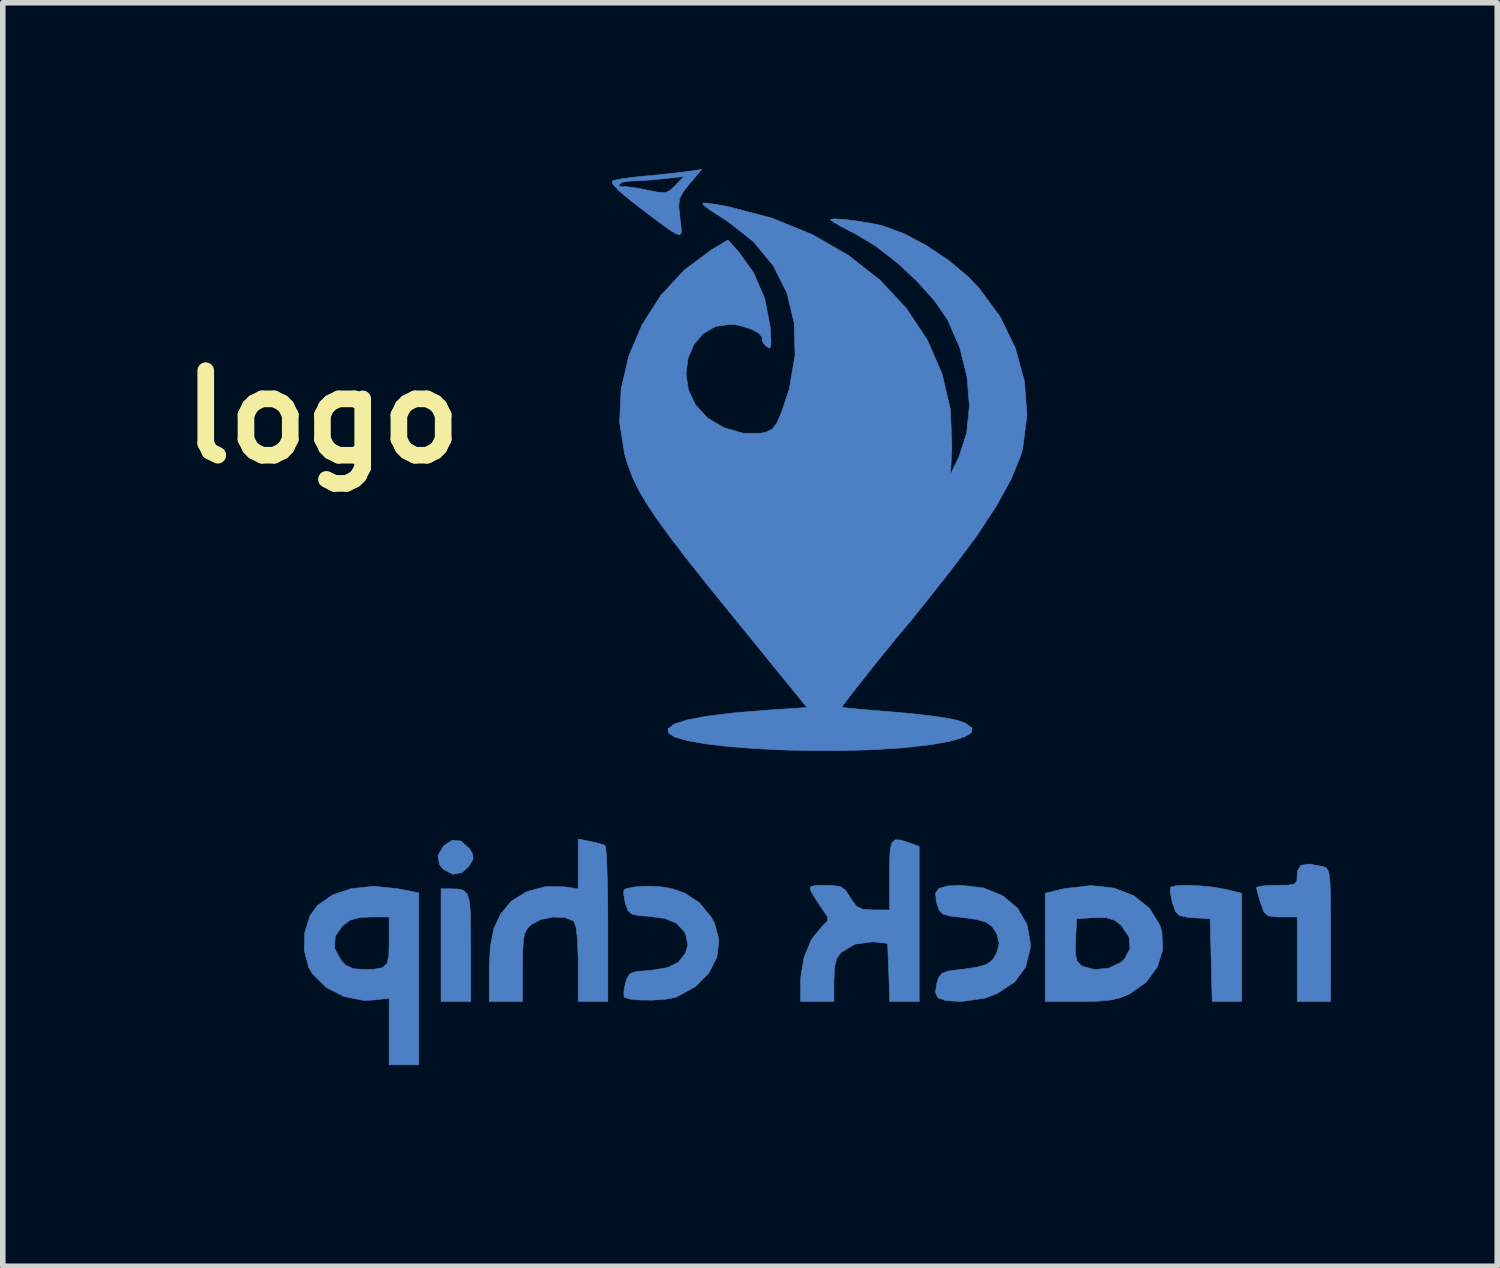
<source format=kicad_pcb>
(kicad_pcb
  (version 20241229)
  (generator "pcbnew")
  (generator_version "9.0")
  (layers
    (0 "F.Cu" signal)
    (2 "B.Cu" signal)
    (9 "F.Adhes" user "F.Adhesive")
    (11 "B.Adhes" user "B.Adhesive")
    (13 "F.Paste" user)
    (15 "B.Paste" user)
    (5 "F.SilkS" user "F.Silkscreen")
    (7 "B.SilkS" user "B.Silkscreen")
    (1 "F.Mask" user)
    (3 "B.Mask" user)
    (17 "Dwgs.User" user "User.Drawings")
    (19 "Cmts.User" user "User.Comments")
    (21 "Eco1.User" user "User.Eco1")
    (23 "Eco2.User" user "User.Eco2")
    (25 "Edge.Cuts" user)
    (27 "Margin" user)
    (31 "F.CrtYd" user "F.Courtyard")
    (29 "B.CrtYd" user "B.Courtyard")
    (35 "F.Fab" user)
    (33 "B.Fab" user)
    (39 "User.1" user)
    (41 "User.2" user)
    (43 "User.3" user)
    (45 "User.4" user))
  (footprint "logo"
    (layer "F.Cu")
    (at 5.94 16.535)
    (property "Reference" "logo" (at -3.175 -12.065 0) (layer "F.SilkS") (effects (font (size 1.524 1.524) (thickness 0.3))))
    (attr through_hole)
    (fp_poly (pts (xy -1.036 -1.524) (xy -0.501 -1.524) (xy -0.501 -2.501) (xy -0.502 -2.889) (xy -0.51 -3.168) (xy -0.53 -3.356) (xy -0.569 -3.47) (xy -0.634 -3.53) (xy -0.73 -3.552) (xy -0.864 -3.556) (xy -1.036 -3.556) (xy -1.036 -1.524)) (stroke (width 0.01) (type solid)) (fill yes) (layer "B.Cu"))
    (fp_poly (pts (xy -0.992 -4.329) (xy -1.093 -4.155) (xy -1.062 -3.988) (xy -0.998 -3.91) (xy -0.828 -3.818) (xy -0.657 -3.848) (xy -0.529 -3.969) (xy -0.458 -4.093) (xy -0.469 -4.191) (xy -0.529 -4.286) (xy -0.677 -4.419) (xy -0.842 -4.429) (xy -0.992 -4.329)) (stroke (width 0.01) (type solid)) (fill yes) (layer "B.Cu"))
    (fp_poly (pts (xy 12.219 -3.612) (xy 12.12 -3.587) (xy 12.119 -3.586) (xy 12.113 -3.51) (xy 12.14 -3.36) (xy 12.154 -3.304) (xy 12.207 -3.15) (xy 12.278 -3.074) (xy 12.415 -3.044) (xy 12.529 -3.035) (xy 12.834 -3.016) (xy 12.853 -2.27) (xy 12.871 -1.524) (xy 13.402 -1.524) (xy 13.402 -3.477) (xy 13.105 -3.548) (xy 12.892 -3.586) (xy 12.647 -3.61) (xy 12.409 -3.619) (xy 12.219 -3.612)) (stroke (width 0.01) (type solid)) (fill yes) (layer "B.Cu"))
    (fp_poly (pts (xy 14.472 -3.98) (xy 14.411 -3.883) (xy 14.404 -3.81) (xy 14.398 -3.701) (xy 14.358 -3.644) (xy 14.25 -3.623) (xy 14.042 -3.62) (xy 14.037 -3.619) (xy 13.835 -3.613) (xy 13.702 -3.596) (xy 13.669 -3.579) (xy 13.687 -3.498) (xy 13.731 -3.345) (xy 13.747 -3.293) (xy 13.804 -3.14) (xy 13.879 -3.069) (xy 14.018 -3.049) (xy 14.114 -3.048) (xy 14.404 -3.048) (xy 14.404 -1.524) (xy 15.006 -1.524) (xy 15.006 -2.723) (xy 15.006 -3.141) (xy 15.003 -3.448) (xy 14.996 -3.664) (xy 14.982 -3.805) (xy 14.96 -3.889) (xy 14.928 -3.932) (xy 14.882 -3.953) (xy 14.856 -3.96) (xy 14.615 -4.004) (xy 14.472 -3.98)) (stroke (width 0.01) (type solid)) (fill yes) (layer "B.Cu"))
    (fp_poly (pts (xy -2.652 -3.561) (xy -2.996 -3.445) (xy -3.262 -3.259) (xy -3.4 -3.071) (xy -3.494 -2.767) (xy -3.502 -2.442) (xy -3.424 -2.143) (xy -3.358 -2.026) (xy -3.112 -1.78) (xy -2.79 -1.613) (xy -2.437 -1.544) (xy -2.289 -1.548) (xy -1.972 -1.582) (xy -1.972 -0.381) (xy -1.437 -0.381) (xy -1.437 -3.048) (xy -1.972 -3.048) (xy -1.972 -2.609) (xy -1.977 -2.359) (xy -2.01 -2.21) (xy -2.092 -2.134) (xy -2.247 -2.106) (xy -2.418 -2.101) (xy -2.624 -2.115) (xy -2.762 -2.185) (xy -2.836 -2.263) (xy -2.957 -2.486) (xy -2.944 -2.701) (xy -2.81 -2.892) (xy -2.671 -2.993) (xy -2.498 -3.039) (xy -2.309 -3.048) (xy -1.972 -3.048) (xy -1.437 -3.048) (xy -1.437 -3.483) (xy -1.817 -3.558) (xy -2.251 -3.602) (xy -2.652 -3.561)) (stroke (width 0.01) (type solid)) (fill yes) (layer "B.Cu"))
    (fp_poly (pts (xy 10.22 -3.563) (xy 10.156 -3.548) (xy 9.859 -3.477) (xy 9.859 -1.524) (xy 10.484 -1.524) (xy 10.806 -1.529) (xy 11.036 -1.55) (xy 11.214 -1.591) (xy 11.381 -1.661) (xy 11.399 -1.67) (xy 11.686 -1.878) (xy 11.884 -2.153) (xy 11.98 -2.466) (xy 11.979 -2.481) (xy 11.39 -2.481) (xy 11.29 -2.289) (xy 11.22 -2.227) (xy 11.001 -2.125) (xy 10.754 -2.1) (xy 10.537 -2.156) (xy 10.503 -2.177) (xy 10.436 -2.252) (xy 10.405 -2.379) (xy 10.405 -2.59) (xy 10.407 -2.637) (xy 10.427 -3.016) (xy 10.744 -3.036) (xy 10.961 -3.036) (xy 11.107 -2.991) (xy 11.229 -2.896) (xy 11.37 -2.692) (xy 11.39 -2.481) (xy 11.979 -2.481) (xy 11.963 -2.79) (xy 11.927 -2.901) (xy 11.739 -3.206) (xy 11.459 -3.431) (xy 11.102 -3.569) (xy 10.684 -3.615) (xy 10.22 -3.563)) (stroke (width 0.01) (type solid)) (fill yes) (layer "B.Cu"))
    (fp_poly (pts (xy 1.437 -3.554) (xy 1.184 -3.593) (xy 0.842 -3.594) (xy 0.513 -3.507) (xy 0.246 -3.345) (xy 0.218 -3.319) (xy 0.036 -3.098) (xy -0.082 -2.842) (xy -0.147 -2.524) (xy -0.167 -2.113) (xy -0.167 -2.098) (xy -0.167 -1.524) (xy 0.434 -1.524) (xy 0.434 -2.148) (xy 0.437 -2.44) (xy 0.449 -2.633) (xy 0.476 -2.759) (xy 0.524 -2.844) (xy 0.589 -2.91) (xy 0.76 -3.002) (xy 0.981 -3.047) (xy 1.196 -3.04) (xy 1.351 -2.977) (xy 1.357 -2.972) (xy 1.399 -2.863) (xy 1.426 -2.632) (xy 1.437 -2.286) (xy 1.437 -2.21) (xy 1.437 -1.524) (xy 1.972 -1.524) (xy 1.972 -2.917) (xy 1.97 -3.325) (xy 1.964 -3.688) (xy 1.954 -3.987) (xy 1.942 -4.206) (xy 1.928 -4.323) (xy 1.922 -4.339) (xy 1.827 -4.37) (xy 1.665 -4.409) (xy 1.654 -4.411) (xy 1.437 -4.455) (xy 1.437 -3.554)) (stroke (width 0.01) (type solid)) (fill yes) (layer "B.Cu"))
    (fp_poly (pts (xy 8.093 -3.607) (xy 7.941 -3.563) (xy 7.881 -3.474) (xy 7.896 -3.326) (xy 7.904 -3.296) (xy 7.946 -3.17) (xy 8.013 -3.101) (xy 8.143 -3.065) (xy 8.326 -3.043) (xy 8.608 -3.006) (xy 8.789 -2.956) (xy 8.902 -2.877) (xy 8.981 -2.756) (xy 8.985 -2.748) (xy 9.03 -2.571) (xy 8.988 -2.407) (xy 8.913 -2.278) (xy 8.804 -2.195) (xy 8.629 -2.142) (xy 8.354 -2.104) (xy 8.326 -2.101) (xy 8.115 -2.074) (xy 7.999 -2.034) (xy 7.938 -1.956) (xy 7.904 -1.848) (xy 7.879 -1.689) (xy 7.925 -1.591) (xy 8.061 -1.541) (xy 8.307 -1.525) (xy 8.358 -1.525) (xy 8.774 -1.584) (xy 8.992 -1.667) (xy 9.307 -1.874) (xy 9.504 -2.141) (xy 9.588 -2.473) (xy 9.592 -2.572) (xy 9.531 -2.917) (xy 9.36 -3.208) (xy 9.094 -3.431) (xy 8.749 -3.572) (xy 8.358 -3.619) (xy 8.093 -3.607)) (stroke (width 0.01) (type solid)) (fill yes) (layer "B.Cu"))
    (fp_poly (pts (xy 2.464 -3.592) (xy 2.304 -3.559) (xy 2.263 -3.537) (xy 2.257 -3.461) (xy 2.283 -3.316) (xy 2.289 -3.293) (xy 2.334 -3.165) (xy 2.403 -3.099) (xy 2.539 -3.072) (xy 2.678 -3.063) (xy 2.999 -3.022) (xy 3.215 -2.932) (xy 3.35 -2.782) (xy 3.375 -2.732) (xy 3.415 -2.545) (xy 3.372 -2.399) (xy 3.248 -2.236) (xy 3.051 -2.136) (xy 2.755 -2.086) (xy 2.678 -2.081) (xy 2.479 -2.064) (xy 2.372 -2.025) (xy 2.317 -1.94) (xy 2.289 -1.85) (xy 2.26 -1.698) (xy 2.265 -1.607) (xy 2.269 -1.602) (xy 2.372 -1.567) (xy 2.562 -1.55) (xy 2.793 -1.549) (xy 3.017 -1.565) (xy 3.189 -1.597) (xy 3.211 -1.605) (xy 3.547 -1.789) (xy 3.793 -2.035) (xy 3.939 -2.322) (xy 3.976 -2.631) (xy 3.895 -2.939) (xy 3.838 -3.042) (xy 3.623 -3.306) (xy 3.362 -3.477) (xy 3.125 -3.56) (xy 2.922 -3.594) (xy 2.686 -3.604) (xy 2.464 -3.592)) (stroke (width 0.01) (type solid)) (fill yes) (layer "B.Cu"))
    (fp_poly (pts (xy 7.092 -4.385) (xy 7.062 -4.248) (xy 7.053 -4.013) (xy 7.052 -3.81) (xy 7.052 -3.175) (xy 6.762 -3.175) (xy 6.571 -3.186) (xy 6.457 -3.239) (xy 6.364 -3.365) (xy 6.345 -3.397) (xy 6.257 -3.533) (xy 6.16 -3.598) (xy 6.005 -3.618) (xy 5.898 -3.619) (xy 5.707 -3.616) (xy 5.624 -3.595) (xy 5.622 -3.542) (xy 5.655 -3.477) (xy 5.753 -3.317) (xy 5.856 -3.167) (xy 5.935 -3.048) (xy 5.931 -2.973) (xy 5.841 -2.885) (xy 5.838 -2.882) (xy 5.646 -2.645) (xy 5.512 -2.327) (xy 5.451 -1.964) (xy 5.449 -1.889) (xy 5.448 -1.524) (xy 6.049 -1.524) (xy 6.049 -1.905) (xy 6.061 -2.15) (xy 6.104 -2.308) (xy 6.181 -2.411) (xy 6.427 -2.557) (xy 6.741 -2.599) (xy 6.827 -2.593) (xy 7.018 -2.572) (xy 7.057 -1.524) (xy 7.587 -1.524) (xy 7.587 -4.321) (xy 7.415 -4.383) (xy 7.257 -4.435) (xy 7.153 -4.441) (xy 7.092 -4.385)) (stroke (width 0.01) (type solid)) (fill yes) (layer "B.Cu"))
    (fp_poly (pts (xy 3.404 -16.492) (xy 3.203 -16.467) (xy 2.928 -16.437) (xy 2.64 -16.41) (xy 2.386 -16.384) (xy 2.179 -16.354) (xy 2.06 -16.326) (xy 2.053 -16.324) (xy 2.06 -16.265) (xy 2.178 -16.14) (xy 2.406 -15.949) (xy 2.549 -15.839) (xy 2.85 -15.611) (xy 3.061 -15.455) (xy 3.196 -15.37) (xy 3.27 -15.35) (xy 3.297 -15.393) (xy 3.293 -15.493) (xy 3.273 -15.648) (xy 3.273 -15.65) (xy 3.251 -15.862) (xy 3.266 -16.004) (xy 3.334 -16.131) (xy 3.446 -16.269) (xy 3.557 -16.401) (xy 3.342 -16.401) (xy 3.187 -16.24) (xy 3.093 -16.151) (xy 3.006 -16.112) (xy 2.881 -16.117) (xy 2.674 -16.158) (xy 2.654 -16.163) (xy 2.441 -16.203) (xy 2.283 -16.22) (xy 2.224 -16.215) (xy 2.175 -16.232) (xy 2.172 -16.252) (xy 2.231 -16.298) (xy 2.373 -16.32) (xy 2.39 -16.32) (xy 2.584 -16.328) (xy 2.837 -16.347) (xy 2.974 -16.361) (xy 3.342 -16.401) (xy 3.557 -16.401) (xy 3.666 -16.53) (xy 3.404 -16.492)) (stroke (width 0.01) (type solid)) (fill yes) (layer "B.Cu"))
    (fp_poly (pts (xy 3.681 -15.919) (xy 3.704 -15.879) (xy 3.819 -15.795) (xy 4.034 -15.655) (xy 4.136 -15.59) (xy 4.6 -15.224) (xy 4.957 -14.79) (xy 5.202 -14.298) (xy 5.333 -13.757) (xy 5.348 -13.178) (xy 5.244 -12.571) (xy 5.107 -12.158) (xy 5.02 -11.959) (xy 4.939 -11.849) (xy 4.831 -11.794) (xy 4.735 -11.773) (xy 4.407 -11.773) (xy 4.066 -11.872) (xy 3.771 -12.048) (xy 3.552 -12.285) (xy 3.424 -12.557) (xy 3.382 -12.842) (xy 3.417 -13.119) (xy 3.522 -13.368) (xy 3.691 -13.568) (xy 3.917 -13.698) (xy 4.192 -13.737) (xy 4.334 -13.718) (xy 4.543 -13.655) (xy 4.694 -13.575) (xy 4.758 -13.497) (xy 4.752 -13.471) (xy 4.773 -13.401) (xy 4.829 -13.34) (xy 4.882 -13.305) (xy 4.909 -13.332) (xy 4.914 -13.441) (xy 4.902 -13.654) (xy 4.899 -13.695) (xy 4.802 -14.201) (xy 4.598 -14.673) (xy 4.332 -15.043) (xy 4.138 -15.258) (xy 3.84 -15.079) (xy 3.344 -14.71) (xy 2.924 -14.254) (xy 2.59 -13.731) (xy 2.349 -13.163) (xy 2.211 -12.568) (xy 2.184 -11.969) (xy 2.274 -11.396) (xy 2.34 -11.178) (xy 2.422 -10.966) (xy 2.53 -10.744) (xy 2.672 -10.501) (xy 2.857 -10.224) (xy 3.092 -9.899) (xy 3.387 -9.515) (xy 3.75 -9.057) (xy 4.168 -8.541) (xy 5.563 -6.826) (xy 4.854 -6.779) (xy 4.247 -6.73) (xy 3.761 -6.67) (xy 3.399 -6.602) (xy 3.163 -6.524) (xy 3.056 -6.438) (xy 3.064 -6.366) (xy 3.178 -6.293) (xy 3.407 -6.228) (xy 3.733 -6.17) (xy 4.14 -6.123) (xy 4.609 -6.086) (xy 5.121 -6.06) (xy 5.66 -6.047) (xy 6.208 -6.048) (xy 6.746 -6.064) (xy 7.257 -6.096) (xy 7.354 -6.104) (xy 7.809 -6.157) (xy 8.161 -6.222) (xy 8.404 -6.295) (xy 8.532 -6.374) (xy 8.54 -6.457) (xy 8.424 -6.541) (xy 8.29 -6.591) (xy 8.123 -6.627) (xy 7.857 -6.668) (xy 7.528 -6.707) (xy 7.169 -6.741) (xy 7.12 -6.745) (xy 6.788 -6.772) (xy 6.508 -6.796) (xy 6.304 -6.816) (xy 6.201 -6.829) (xy 6.195 -6.831) (xy 6.227 -6.882) (xy 6.325 -7.013) (xy 6.472 -7.202) (xy 6.652 -7.43) (xy 6.848 -7.676) (xy 7.045 -7.918) (xy 7.224 -8.138) (xy 7.372 -8.313) (xy 7.404 -8.35) (xy 7.461 -8.42) (xy 7.583 -8.573) (xy 7.758 -8.792) (xy 7.97 -9.06) (xy 8.162 -9.303) (xy 8.612 -9.902) (xy 8.974 -10.451) (xy 9.244 -10.941) (xy 9.417 -11.364) (xy 9.453 -11.493) (xy 9.531 -12.097) (xy 9.485 -12.709) (xy 9.321 -13.309) (xy 9.044 -13.877) (xy 8.662 -14.395) (xy 8.467 -14.598) (xy 8.117 -14.891) (xy 7.72 -15.156) (xy 7.317 -15.369) (xy 6.946 -15.508) (xy 6.885 -15.524) (xy 6.667 -15.567) (xy 6.432 -15.604) (xy 6.215 -15.629) (xy 6.053 -15.638) (xy 5.983 -15.628) (xy 5.983 -15.626) (xy 6.038 -15.582) (xy 6.183 -15.497) (xy 6.39 -15.39) (xy 6.434 -15.368) (xy 6.796 -15.151) (xy 7.178 -14.857) (xy 7.544 -14.517) (xy 7.86 -14.165) (xy 8.091 -13.831) (xy 8.102 -13.811) (xy 8.319 -13.314) (xy 8.449 -12.79) (xy 8.492 -12.267) (xy 8.443 -11.774) (xy 8.301 -11.341) (xy 8.299 -11.337) (xy 8.151 -11.031) (xy 8.177 -11.521) (xy 8.15 -12.201) (xy 7.998 -12.85) (xy 7.731 -13.461) (xy 7.356 -14.024) (xy 6.881 -14.533) (xy 6.314 -14.979) (xy 5.663 -15.354) (xy 4.935 -15.651) (xy 4.138 -15.86) (xy 3.877 -15.906) (xy 3.742 -15.925) (xy 3.681 -15.919)) (stroke (width 0.01) (type solid)) (fill yes) (layer "B.Cu"))
    (fp_poly (pts (xy 2.039 -8.35) (xy 2.072 -8.319) (xy 2.106 -8.35) (xy 2.072 -8.382) (xy 2.039 -8.35)) (stroke (width 0.01) (type solid)) (fill no) (layer "Eco2.User")))
  (gr_rect
    (start -3 -3)
    (end 23.951 19.785)
    (stroke (width 0.1) (type default))
    (fill no)
    (layer "Edge.Cuts")))
</source>
